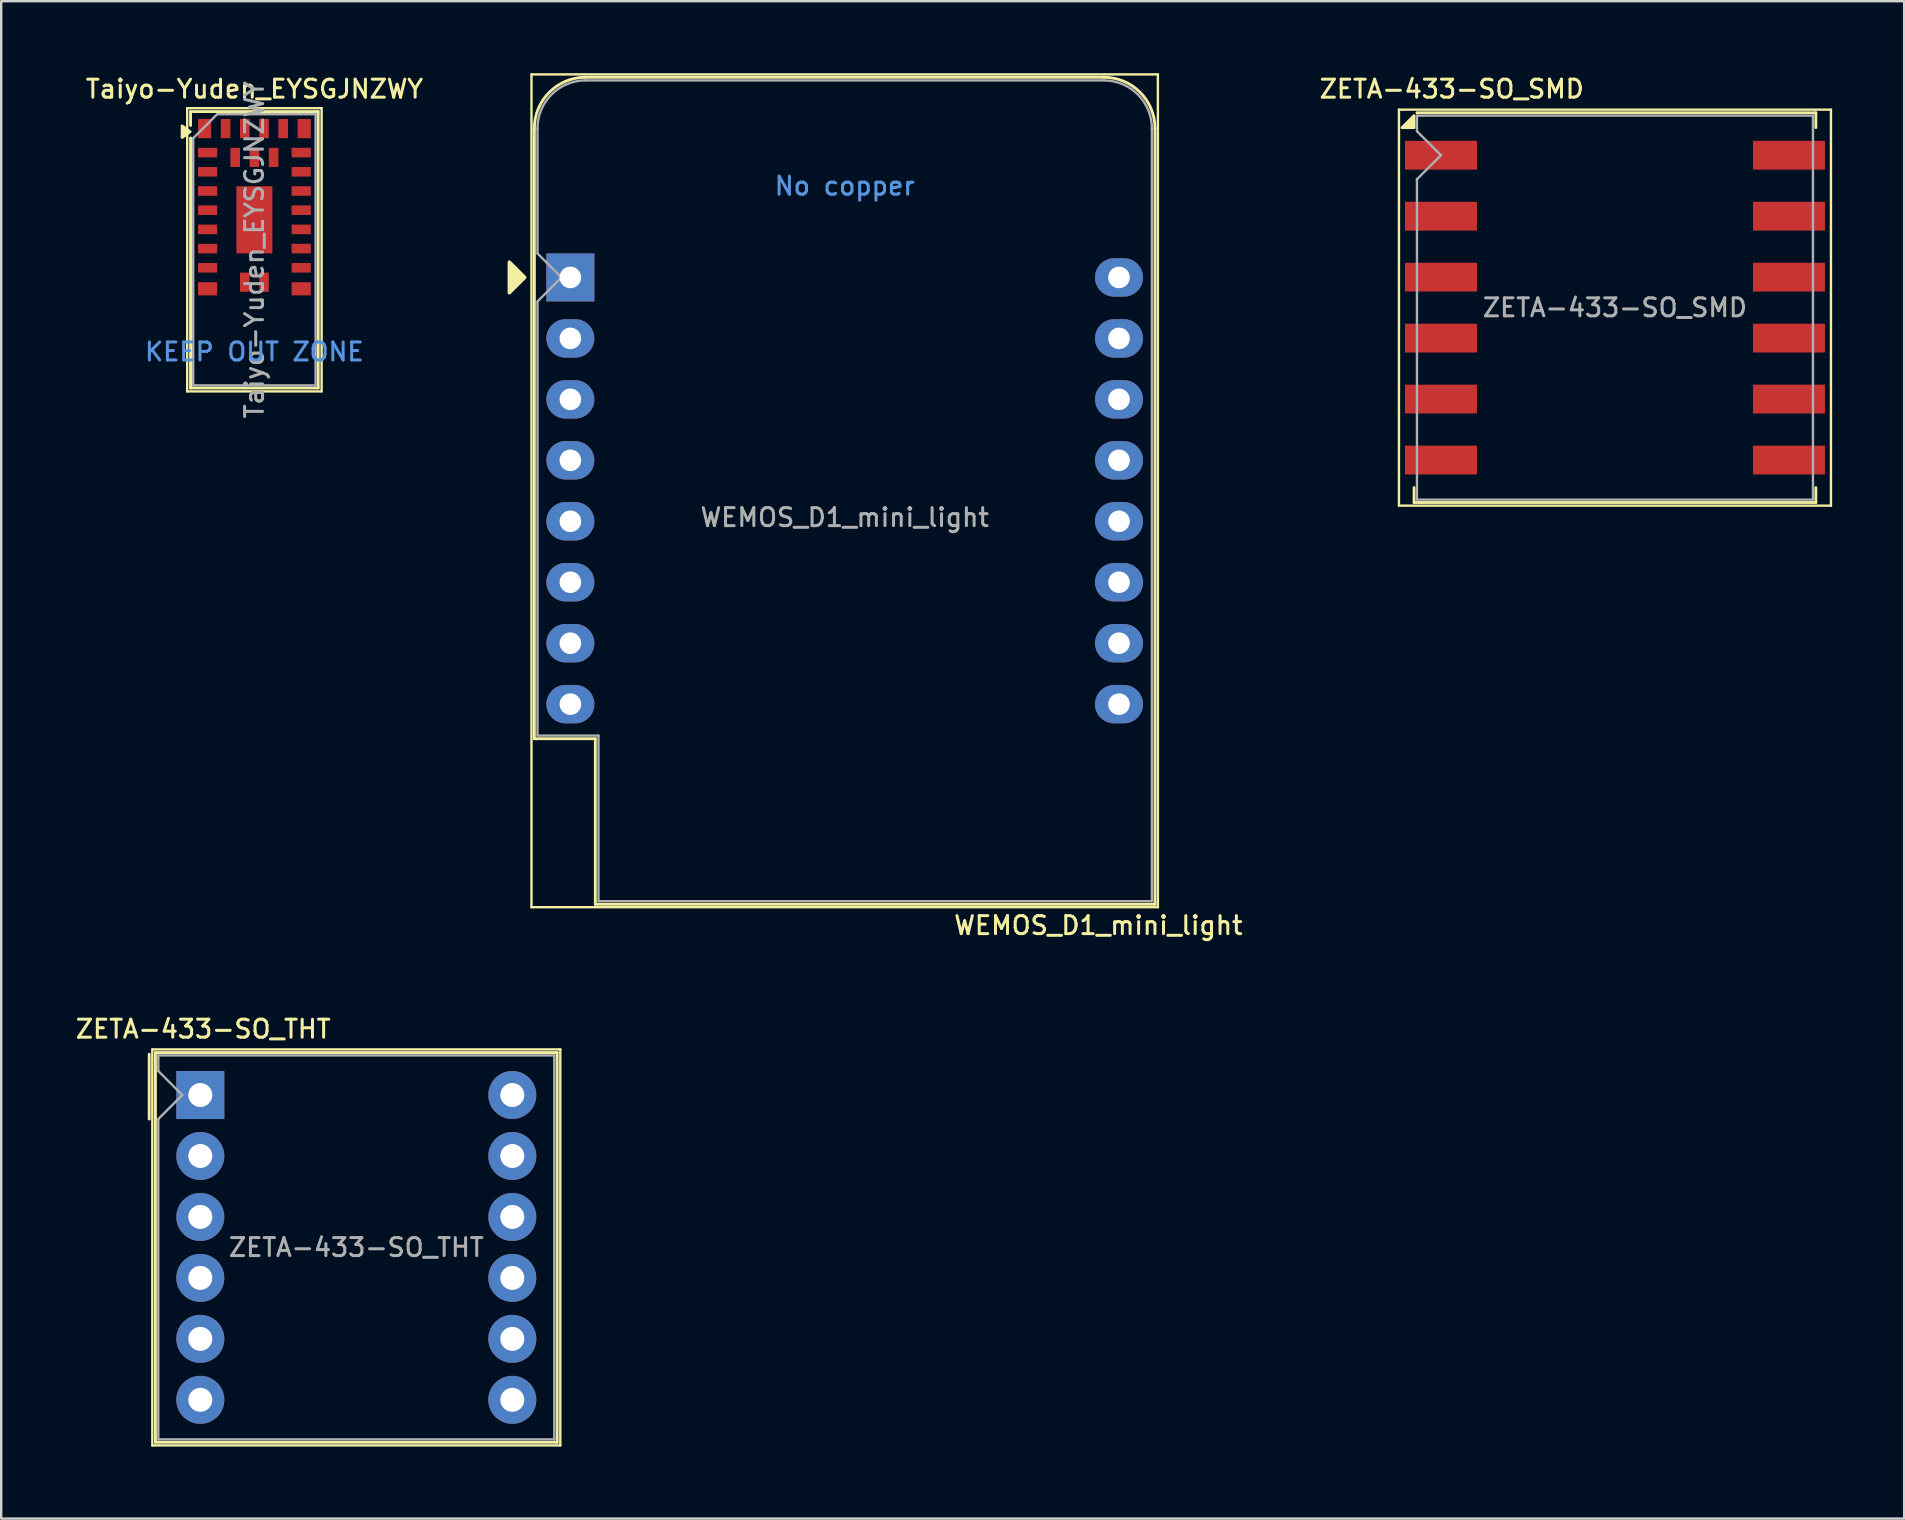
<source format=kicad_pcb>
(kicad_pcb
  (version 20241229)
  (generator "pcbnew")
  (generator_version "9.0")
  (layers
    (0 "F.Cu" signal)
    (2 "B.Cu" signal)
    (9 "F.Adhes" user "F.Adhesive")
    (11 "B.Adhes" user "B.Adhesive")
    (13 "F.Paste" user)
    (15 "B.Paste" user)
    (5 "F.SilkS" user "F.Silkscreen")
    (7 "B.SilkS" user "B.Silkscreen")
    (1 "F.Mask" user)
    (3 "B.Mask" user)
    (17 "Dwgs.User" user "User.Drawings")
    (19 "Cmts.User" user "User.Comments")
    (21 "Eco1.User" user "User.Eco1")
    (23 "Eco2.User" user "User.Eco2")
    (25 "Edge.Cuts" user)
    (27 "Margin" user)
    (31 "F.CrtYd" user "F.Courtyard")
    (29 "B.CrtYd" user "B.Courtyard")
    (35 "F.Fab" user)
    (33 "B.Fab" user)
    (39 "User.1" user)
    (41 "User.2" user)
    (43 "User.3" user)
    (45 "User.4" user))
  (footprint "Taiyo-Yuden_EYSGJNZWY"
    (layer "F.Cu")
    (at 7.55 7.358)
    (property "Reference" "Taiyo-Yuden_EYSGJNZWY" (at 0 -6.7 0) (layer "F.SilkS") (effects (font (size 0.75 0.75) (thickness 0.125))))
    (attr smd)
    (fp_line (start -2.8 -5.9) (end -2.8 5.9) (stroke (width 0.1) (type solid)) (layer "F.SilkS"))
    (fp_line (start -2.8 5.9) (end 2.8 5.9) (stroke (width 0.1) (type solid)) (layer "F.SilkS"))
    (fp_line (start -2.66 -5.76) (end -2.66 -5.18) (stroke (width 0.12) (type solid)) (layer "F.SilkS"))
    (fp_line (start -2.66 -5.76) (end 2.66 -5.76) (stroke (width 0.12) (type solid)) (layer "F.SilkS"))
    (fp_line (start -2.66 -4.66) (end -2.66 5.76) (stroke (width 0.12) (type solid)) (layer "F.SilkS"))
    (fp_line (start -2.66 5.76) (end 2.66 5.76) (stroke (width 0.12) (type solid)) (layer "F.SilkS"))
    (fp_line (start 2.66 -5.76) (end 2.66 5.76) (stroke (width 0.12) (type solid)) (layer "F.SilkS"))
    (fp_line (start 2.8 -5.9) (end -2.8 -5.9) (stroke (width 0.1) (type solid)) (layer "F.SilkS"))
    (fp_line (start 2.8 -5.9) (end 2.8 5.9) (stroke (width 0.1) (type solid)) (layer "F.SilkS"))
    (fp_poly (pts (xy -2.68 -4.92) (xy -3.01 -4.68) (xy -3.01 -5.16) (xy -2.68 -4.92)) (stroke (width 0.12) (type solid)) (fill yes) (layer "F.SilkS"))
    (fp_line (start -2.55 5.65) (end -2.55 -4.65) (stroke (width 0.1) (type solid)) (layer "F.Fab"))
    (fp_line (start -2.55 5.65) (end 2.55 5.65) (stroke (width 0.1) (type solid)) (layer "F.Fab"))
    (fp_line (start -1.55 -5.65) (end -2.55 -4.65) (stroke (width 0.1) (type solid)) (layer "F.Fab"))
    (fp_line (start -1.55 -5.65) (end 2.55 -5.65) (stroke (width 0.1) (type solid)) (layer "F.Fab"))
    (fp_line (start 2.55 -5.65) (end 2.55 5.65) (stroke (width 0.1) (type solid)) (layer "F.Fab"))
    (fp_text user "KEEP OUT ZONE" (at 0 4.25 0) (layer "Cmts.User") (effects (font (size 0.75 0.75) (thickness 0.125))))
    (fp_text user "${REFERENCE}" (at 0 0 90) (layer "F.Fab") (effects (font (size 0.75 0.75) (thickness 0.125))))
    (pad "" smd rect (at 0 -2) (size 1.2 1.1) (layers "F.Paste"))
    (pad "" smd rect (at 0 -0.5) (size 1.2 1.1) (layers "F.Paste"))
    (pad "1" smd rect (at -2.075 -5.05) (size 0.55 0.8) (layers "F.Cu" "F.Mask" "F.Paste"))
    (pad "2" smd rect (at -1.95 -4.05) (size 0.8 0.4) (layers "F.Cu" "F.Mask" "F.Paste"))
    (pad "3" smd rect (at -1.95 -3.25) (size 0.8 0.4) (layers "F.Cu" "F.Mask" "F.Paste"))
    (pad "4" smd rect (at -1.95 -2.45) (size 0.8 0.4) (layers "F.Cu" "F.Mask" "F.Paste"))
    (pad "5" smd rect (at -1.95 -1.65) (size 0.8 0.4) (layers "F.Cu" "F.Mask" "F.Paste"))
    (pad "6" smd rect (at -1.95 -0.85) (size 0.8 0.4) (layers "F.Cu" "F.Mask" "F.Paste"))
    (pad "7" smd rect (at -1.95 -0.05) (size 0.8 0.4) (layers "F.Cu" "F.Mask" "F.Paste"))
    (pad "8" smd rect (at -1.95 0.75) (size 0.8 0.4) (layers "F.Cu" "F.Mask" "F.Paste"))
    (pad "9" smd rect (at -1.95 1.625) (size 0.8 0.55) (layers "F.Cu" "F.Mask" "F.Paste"))
    (pad "10" smd rect (at -0.4 1.35) (size 0.4 0.8) (layers "F.Cu" "F.Mask" "F.Paste"))
    (pad "11" smd rect (at 0.4 1.35) (size 0.4 0.8) (layers "F.Cu" "F.Mask" "F.Paste"))
    (pad "12" smd rect (at 1.95 1.625) (size 0.8 0.55) (layers "F.Cu" "F.Mask" "F.Paste"))
    (pad "13" smd rect (at 1.95 0.75) (size 0.8 0.4) (layers "F.Cu" "F.Mask" "F.Paste"))
    (pad "14" smd rect (at 1.95 -0.05) (size 0.8 0.4) (layers "F.Cu" "F.Mask" "F.Paste"))
    (pad "15" smd rect (at 1.95 -0.85) (size 0.8 0.4) (layers "F.Cu" "F.Mask" "F.Paste"))
    (pad "16" smd rect (at 1.95 -1.65) (size 0.8 0.4) (layers "F.Cu" "F.Mask" "F.Paste"))
    (pad "17" smd rect (at 1.95 -2.45) (size 0.8 0.4) (layers "F.Cu" "F.Mask" "F.Paste"))
    (pad "18" smd rect (at 1.95 -3.25) (size 0.8 0.4) (layers "F.Cu" "F.Mask" "F.Paste"))
    (pad "19" smd rect (at 1.95 -4.05) (size 0.8 0.4) (layers "F.Cu" "F.Mask" "F.Paste"))
    (pad "20" smd rect (at 2.075 -5.05) (size 0.55 0.8) (layers "F.Cu" "F.Mask" "F.Paste"))
    (pad "21" smd rect (at 1.2 -5.05) (size 0.4 0.8) (layers "F.Cu" "F.Mask" "F.Paste"))
    (pad "22" smd rect (at 0.4 -5.05) (size 0.4 0.8) (layers "F.Cu" "F.Mask" "F.Paste"))
    (pad "23" smd rect (at -0.4 -5.05) (size 0.4 0.8) (layers "F.Cu" "F.Mask" "F.Paste"))
    (pad "24" smd rect (at -1.2 -5.05) (size 0.4 0.8) (layers "F.Cu" "F.Mask" "F.Paste"))
    (pad "25" smd rect (at 0.8 -3.85) (size 0.4 0.8) (layers "F.Cu" "F.Mask" "F.Paste"))
    (pad "26" smd rect (at 0 -3.85) (size 0.4 0.8) (layers "F.Cu" "F.Mask" "F.Paste"))
    (pad "27" smd rect (at -0.8 -3.85) (size 0.4 0.8) (layers "F.Cu" "F.Mask" "F.Paste"))
    (pad "28" smd rect (at 0 -1.25) (size 1.5 2.8) (layers "F.Cu" "F.Mask"))
    (zone (net_name "") (layers "F.Cu" "B.Cu") (hatch full 0.508) (connect_pads) (min_thickness 0.254) (filled_areas_thickness no) (keepout (tracks not_allowed) (vias not_allowed) (pads not_allowed) (copperpour not_allowed) (footprints not_allowed)) (placement (enabled no)) (fill) (polygon (pts (xy 0 10.258) (xy 15.1 10.258) (xy 15.1 13.008) (xy 0 13.008)))))
  (footprint "ZETA-433-SO_THT"
    (layer "F.Cu")
    (at 5.296 42.576)
    (property "Reference" "ZETA-433-SO_THT" (at 0.12 -2.75 0) (layer "F.SilkS") (effects (font (size 0.75 0.75) (thickness 0.125))))
    (attr through_hole)
    (fp_line (start -2.13 -1.7) (end -2.13 1) (stroke (width 0.12) (type solid)) (layer "F.SilkS"))
    (fp_line (start -2 -1.9) (end 15 -1.9) (stroke (width 0.1) (type solid)) (layer "F.SilkS"))
    (fp_line (start -2 14.6) (end -2 -1.9) (stroke (width 0.1) (type solid)) (layer "F.SilkS"))
    (fp_line (start -1.87 -1.77) (end -1.87 14.47) (stroke (width 0.12) (type solid)) (layer "F.SilkS"))
    (fp_line (start -1.87 -1.77) (end 14.87 -1.77) (stroke (width 0.12) (type solid)) (layer "F.SilkS"))
    (fp_line (start 14.87 -1.77) (end 14.87 14.47) (stroke (width 0.12) (type solid)) (layer "F.SilkS"))
    (fp_line (start 14.87 14.47) (end -1.87 14.47) (stroke (width 0.12) (type solid)) (layer "F.SilkS"))
    (fp_line (start 15 -1.9) (end 15 14.6) (stroke (width 0.1) (type solid)) (layer "F.SilkS"))
    (fp_line (start 15 14.6) (end -2 14.6) (stroke (width 0.1) (type solid)) (layer "F.SilkS"))
    (fp_line (start -1.75 -1.65) (end 14.75 -1.65) (stroke (width 0.1) (type solid)) (layer "F.Fab"))
    (fp_line (start -1.75 -1) (end -1.75 -1.65) (stroke (width 0.1) (type solid)) (layer "F.Fab"))
    (fp_line (start -1.75 14.35) (end -1.75 1) (stroke (width 0.1) (type solid)) (layer "F.Fab"))
    (fp_line (start -0.75 0) (end -1.75 -1) (stroke (width 0.1) (type solid)) (layer "F.Fab"))
    (fp_line (start -0.75 0) (end -1.75 1) (stroke (width 0.1) (type solid)) (layer "F.Fab"))
    (fp_line (start 14.75 -1.65) (end 14.75 14.35) (stroke (width 0.1) (type solid)) (layer "F.Fab"))
    (fp_line (start 14.75 14.35) (end -1.75 14.35) (stroke (width 0.1) (type solid)) (layer "F.Fab"))
    (fp_text user "${REFERENCE}" (at 6.5 6.35 0) (layer "F.Fab") (effects (font (size 0.75 0.75) (thickness 0.125))))
    (pad "1" thru_hole rect (at 0 0) (size 2 2) (drill 1) (layers "*.Cu" "*.Mask"))
    (pad "2" thru_hole circle (at 0 2.54) (size 2 2) (drill 1) (layers "*.Cu" "*.Mask"))
    (pad "3" thru_hole circle (at 0 5.08) (size 2 2) (drill 1) (layers "*.Cu" "*.Mask"))
    (pad "4" thru_hole circle (at 0 7.62) (size 2 2) (drill 1) (layers "*.Cu" "*.Mask"))
    (pad "5" thru_hole circle (at 0 10.16) (size 2 2) (drill 1) (layers "*.Cu" "*.Mask"))
    (pad "6" thru_hole circle (at 0 12.7) (size 2 2) (drill 1) (layers "*.Cu" "*.Mask"))
    (pad "7" thru_hole circle (at 13 12.7) (size 2 2) (drill 1) (layers "*.Cu" "*.Mask"))
    (pad "8" thru_hole circle (at 13 10.16) (size 2 2) (drill 1) (layers "*.Cu" "*.Mask"))
    (pad "9" thru_hole circle (at 13 7.62) (size 2 2) (drill 1) (layers "*.Cu" "*.Mask"))
    (pad "10" thru_hole circle (at 13 5.08) (size 2 2) (drill 1) (layers "*.Cu" "*.Mask"))
    (pad "11" thru_hole circle (at 13 2.54) (size 2 2) (drill 1) (layers "*.Cu" "*.Mask"))
    (pad "12" thru_hole circle (at 13 0) (size 2 2) (drill 1) (layers "*.Cu" "*.Mask")))
  (footprint "ZETA-433-SO_SMD"
    (layer "F.Cu")
    (at 64.24 9.768)
    (property "Reference" "ZETA-433-SO_SMD" (at -6.8 -9.11 0) (layer "F.SilkS") (effects (font (size 0.75 0.75) (thickness 0.125))))
    (attr smd)
    (fp_line (start -9 -8.25) (end 9 -8.25) (stroke (width 0.1) (type solid)) (layer "F.SilkS"))
    (fp_line (start -9 8.25) (end -9 -8.25) (stroke (width 0.1) (type solid)) (layer "F.SilkS"))
    (fp_line (start -8.37 8.12) (end -8.37 7.5) (stroke (width 0.12) (type solid)) (layer "F.SilkS"))
    (fp_line (start 8.37 -8.12) (end -8.25 -8.12) (stroke (width 0.12) (type solid)) (layer "F.SilkS"))
    (fp_line (start 8.37 -7.5) (end 8.37 -8.12) (stroke (width 0.12) (type solid)) (layer "F.SilkS"))
    (fp_line (start 8.37 8.12) (end -8.37 8.12) (stroke (width 0.12) (type solid)) (layer "F.SilkS"))
    (fp_line (start 8.37 8.12) (end 8.37 7.5) (stroke (width 0.12) (type solid)) (layer "F.SilkS"))
    (fp_line (start 9 -8.25) (end 9 8.25) (stroke (width 0.1) (type solid)) (layer "F.SilkS"))
    (fp_line (start 9 8.25) (end -9 8.25) (stroke (width 0.1) (type solid)) (layer "F.SilkS"))
    (fp_poly (pts (xy -8.37 -7.5) (xy -8.87 -7.5) (xy -8.37 -8) (xy -8.37 -7.5)) (stroke (width 0.12) (type solid)) (fill yes) (layer "F.SilkS"))
    (fp_line (start -8.25 -8) (end 8.25 -8) (stroke (width 0.1) (type solid)) (layer "F.Fab"))
    (fp_line (start -8.25 -7.35) (end -8.25 -8) (stroke (width 0.1) (type solid)) (layer "F.Fab"))
    (fp_line (start -8.25 8) (end -8.25 -5.35) (stroke (width 0.1) (type solid)) (layer "F.Fab"))
    (fp_line (start -7.25 -6.35) (end -8.25 -7.35) (stroke (width 0.1) (type solid)) (layer "F.Fab"))
    (fp_line (start -7.25 -6.35) (end -8.25 -5.35) (stroke (width 0.1) (type solid)) (layer "F.Fab"))
    (fp_line (start 8.25 -8) (end 8.25 8) (stroke (width 0.1) (type solid)) (layer "F.Fab"))
    (fp_line (start 8.25 8) (end -8.25 8) (stroke (width 0.1) (type solid)) (layer "F.Fab"))
    (fp_text user "${REFERENCE}" (at 0 0 0) (layer "F.Fab") (effects (font (size 0.75 0.75) (thickness 0.125))))
    (pad "1" smd rect (at -7.25 -6.35) (size 3 1.2) (layers "F.Cu" "F.Mask" "F.Paste"))
    (pad "2" smd rect (at -7.25 -3.81) (size 3 1.2) (layers "F.Cu" "F.Mask" "F.Paste"))
    (pad "3" smd rect (at -7.25 -1.27) (size 3 1.2) (layers "F.Cu" "F.Mask" "F.Paste"))
    (pad "4" smd rect (at -7.25 1.27) (size 3 1.2) (layers "F.Cu" "F.Mask" "F.Paste"))
    (pad "5" smd rect (at -7.25 3.81) (size 3 1.2) (layers "F.Cu" "F.Mask" "F.Paste"))
    (pad "6" smd rect (at -7.25 6.35) (size 3 1.2) (layers "F.Cu" "F.Mask" "F.Paste"))
    (pad "7" smd rect (at 7.25 6.35) (size 3 1.2) (layers "F.Cu" "F.Mask" "F.Paste"))
    (pad "8" smd rect (at 7.25 3.81) (size 3 1.2) (layers "F.Cu" "F.Mask" "F.Paste"))
    (pad "9" smd rect (at 7.25 1.27) (size 3 1.2) (layers "F.Cu" "F.Mask" "F.Paste"))
    (pad "10" smd rect (at 7.25 -1.27) (size 3 1.2) (layers "F.Cu" "F.Mask" "F.Paste"))
    (pad "11" smd rect (at 7.25 -3.81) (size 3 1.2) (layers "F.Cu" "F.Mask" "F.Paste"))
    (pad "12" smd rect (at 7.25 -6.35) (size 3 1.2) (layers "F.Cu" "F.Mask" "F.Paste")))
  (footprint "WEMOS_D1_mini_light"
    (layer "F.Cu")
    (at 20.715 8.51)
    (property "Reference" "WEMOS_D1_mini_light" (at 22 27 0) (layer "F.SilkS") (effects (font (size 0.75 0.75) (thickness 0.125))))
    (attr through_hole)
    (fp_line (start -1.62 -8.46) (end 24.48 -8.46) (stroke (width 0.1) (type solid)) (layer "F.SilkS"))
    (fp_line (start -1.62 26.24) (end -1.62 -8.46) (stroke (width 0.1) (type solid)) (layer "F.SilkS"))
    (fp_line (start -1.5 19.22) (end -1.5 -6.21) (stroke (width 0.12) (type solid)) (layer "F.SilkS"))
    (fp_line (start -1.5 19.22) (end 1.04 19.22) (stroke (width 0.12) (type solid)) (layer "F.SilkS"))
    (fp_line (start 1.04 19.22) (end 1.04 26.12) (stroke (width 0.12) (type solid)) (layer "F.SilkS"))
    (fp_line (start 1.04 26.12) (end 24.36 26.12) (stroke (width 0.12) (type solid)) (layer "F.SilkS"))
    (fp_line (start 22.24 -8.34) (end 0.63 -8.34) (stroke (width 0.12) (type solid)) (layer "F.SilkS"))
    (fp_line (start 24.36 26.12) (end 24.36 -6.21) (stroke (width 0.12) (type solid)) (layer "F.SilkS"))
    (fp_line (start 24.48 -8.46) (end 24.48 26.24) (stroke (width 0.1) (type solid)) (layer "F.SilkS"))
    (fp_line (start 24.48 26.24) (end -1.62 26.24) (stroke (width 0.1) (type solid)) (layer "F.SilkS"))
    (fp_arc (start -1.5 -6.21) (mid -0.876137 -7.716137) (end 0.63 -8.34) (stroke (width 0.12) (type solid)) (layer "F.SilkS"))
    (fp_arc (start 22.23 -8.34) (mid 23.736137 -7.716137) (end 24.36 -6.21) (stroke (width 0.12) (type solid)) (layer "F.SilkS"))
    (fp_poly (pts (xy -2.54 -0.635) (xy -2.54 0.635) (xy -1.905 0)) (stroke (width 0.15) (type solid)) (fill yes) (layer "F.SilkS"))
    (fp_line (start -1.37 -6.21) (end -1.37 -1) (stroke (width 0.1) (type solid)) (layer "F.Fab"))
    (fp_line (start -1.37 1) (end -1.37 19.09) (stroke (width 0.1) (type solid)) (layer "F.Fab"))
    (fp_line (start -1.37 1) (end -0.37 0) (stroke (width 0.1) (type solid)) (layer "F.Fab"))
    (fp_line (start -1.37 19.09) (end 1.17 19.09) (stroke (width 0.1) (type solid)) (layer "F.Fab"))
    (fp_line (start -0.37 0) (end -1.37 -1) (stroke (width 0.1) (type solid)) (layer "F.Fab"))
    (fp_line (start 1.17 19.09) (end 1.17 25.99) (stroke (width 0.1) (type solid)) (layer "F.Fab"))
    (fp_line (start 1.17 25.99) (end 24.23 25.99) (stroke (width 0.1) (type solid)) (layer "F.Fab"))
    (fp_line (start 22.23 -8.21) (end 0.63 -8.21) (stroke (width 0.1) (type solid)) (layer "F.Fab"))
    (fp_line (start 24.23 25.99) (end 24.23 -6.21) (stroke (width 0.1) (type solid)) (layer "F.Fab"))
    (fp_arc (start -1.37 -6.21) (mid -0.784214 -7.624214) (end 0.63 -8.21) (stroke (width 0.1) (type solid)) (layer "F.Fab"))
    (fp_arc (start 22.25 -8.21) (mid 23.658356 -7.610071) (end 24.23 -6.19) (stroke (width 0.1) (type solid)) (layer "F.Fab"))
    (fp_text user "No copper" (at 11.43 -3.81 0) (layer "Cmts.User") (effects (font (size 0.75 0.75) (thickness 0.125))))
    (fp_text user "${REFERENCE}" (at 11.43 10 0) (layer "F.Fab") (effects (font (size 0.75 0.75) (thickness 0.125))))
    (pad "1" thru_hole rect (at 0 0) (size 2 2) (drill 0.9) (layers "*.Cu" "*.Mask"))
    (pad "2" thru_hole oval (at 0 2.54) (size 2 1.6) (drill 0.9) (layers "*.Cu" "*.Mask"))
    (pad "3" thru_hole oval (at 0 5.08) (size 2 1.6) (drill 0.9) (layers "*.Cu" "*.Mask"))
    (pad "4" thru_hole oval (at 0 7.62) (size 2 1.6) (drill 0.9) (layers "*.Cu" "*.Mask"))
    (pad "5" thru_hole oval (at 0 10.16) (size 2 1.6) (drill 0.9) (layers "*.Cu" "*.Mask"))
    (pad "6" thru_hole oval (at 0 12.7) (size 2 1.6) (drill 0.9) (layers "*.Cu" "*.Mask"))
    (pad "7" thru_hole oval (at 0 15.24) (size 2 1.6) (drill 0.9) (layers "*.Cu" "*.Mask"))
    (pad "8" thru_hole oval (at 0 17.78) (size 2 1.6) (drill 0.9) (layers "*.Cu" "*.Mask"))
    (pad "9" thru_hole oval (at 22.86 17.78) (size 2 1.6) (drill 0.9) (layers "*.Cu" "*.Mask"))
    (pad "10" thru_hole oval (at 22.86 15.24) (size 2 1.6) (drill 0.9) (layers "*.Cu" "*.Mask"))
    (pad "11" thru_hole oval (at 22.86 12.7) (size 2 1.6) (drill 0.9) (layers "*.Cu" "*.Mask"))
    (pad "12" thru_hole oval (at 22.86 10.16) (size 2 1.6) (drill 0.9) (layers "*.Cu" "*.Mask"))
    (pad "13" thru_hole oval (at 22.86 7.62) (size 2 1.6) (drill 0.9) (layers "*.Cu" "*.Mask"))
    (pad "14" thru_hole oval (at 22.86 5.08) (size 2 1.6) (drill 0.9) (layers "*.Cu" "*.Mask"))
    (pad "15" thru_hole oval (at 22.86 2.54) (size 2 1.6) (drill 0.9) (layers "*.Cu" "*.Mask"))
    (pad "16" thru_hole oval (at 22.86 0) (size 2 1.6) (drill 0.9) (layers "*.Cu" "*.Mask"))
    (zone (net_name "") (layers "F.Cu" "B.Cu" "Dwgs.User") (name "No Copper") (hatch edge 0.5) (connect_pads) (min_thickness 0.25) (filled_areas_thickness no) (keepout (tracks not_allowed) (vias not_allowed) (pads not_allowed) (copperpour not_allowed) (footprints not_allowed)) (placement (enabled no)) (fill) (polygon (pts (xy 19.365 0.31) (xy 44.965 0.31) (xy 44.965 7.11) (xy 19.365 7.11)))))
  (gr_rect
    (start -3 -3)
    (end 76.29 60.226)
    (stroke (width 0.1) (type default))
    (fill no)
    (layer "Edge.Cuts")))
</source>
